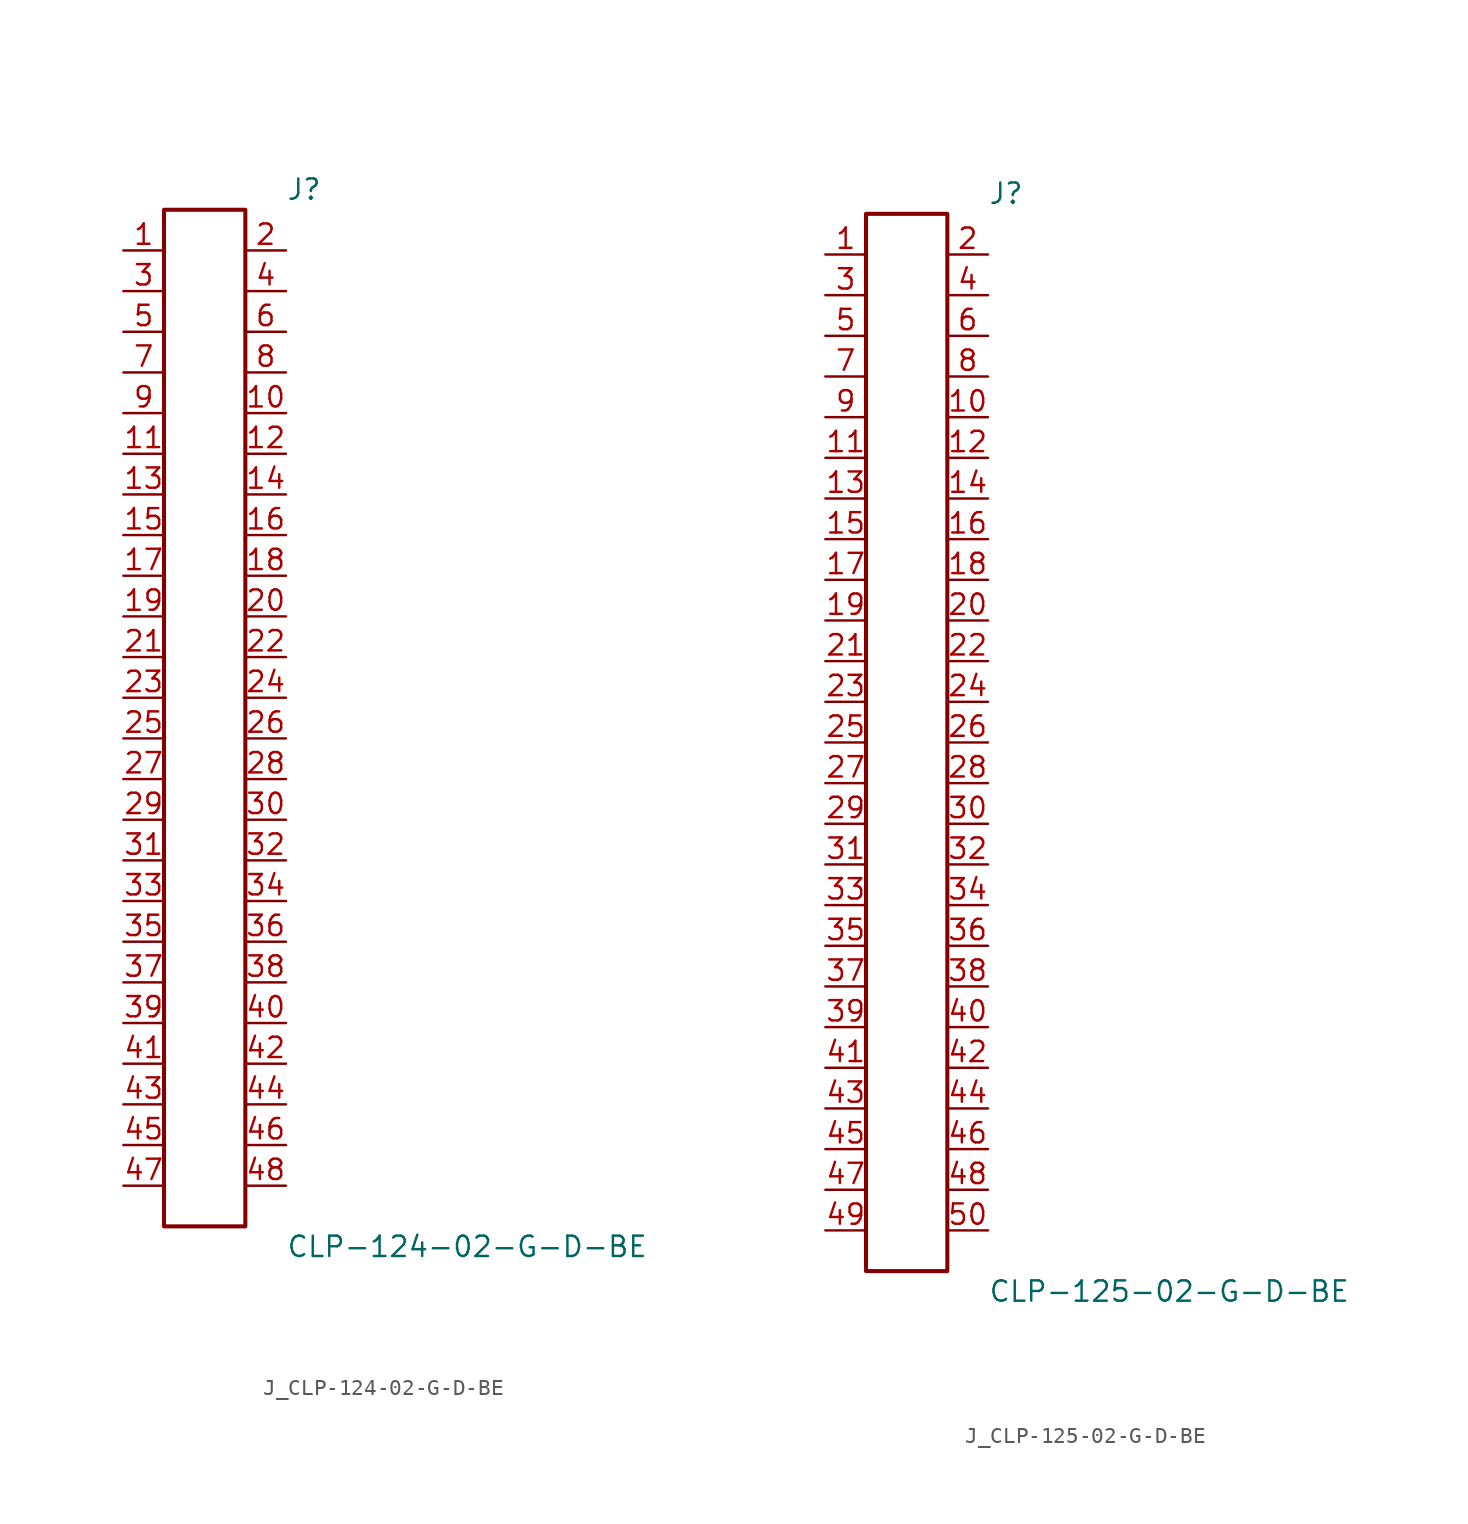
<source format=kicad_sym>
(kicad_symbol_lib
  (version 20231120)
  (generator kicad_symbol_editor)
  (generator_version 8.0)
  (symbol "J_CLP-124-02-G-D-BE"
    (pin_names
      (offset 0.254))
    (property "Reference" "J"
      (at 5.08 33.02 0)
      (effects (font (size 1.27 1.27)) (justify left)))
    (property "Value" "CLP-124-02-G-D-BE"
      (at 5.08 -33.02 0)
      (effects (font (size 1.27 1.27)) (justify left)))
    (symbol "J_CLP-124-02-G-D-BE_0_0"
      (pin passive line (at -5.08 29.21 0) (length 2.54) (name "" (effects (font (size 1.27 1.27)))) (number "1" (effects (font (size 1.27 1.27)))))
      (pin passive line (at 5.08 29.21 180) (length 2.54) (name "" (effects (font (size 1.27 1.27)))) (number "2" (effects (font (size 1.27 1.27)))))
      (pin passive line (at -5.08 26.67 0) (length 2.54) (name "" (effects (font (size 1.27 1.27)))) (number "3" (effects (font (size 1.27 1.27)))))
      (pin passive line (at 5.08 26.67 180) (length 2.54) (name "" (effects (font (size 1.27 1.27)))) (number "4" (effects (font (size 1.27 1.27)))))
      (pin passive line (at -5.08 24.13 0) (length 2.54) (name "" (effects (font (size 1.27 1.27)))) (number "5" (effects (font (size 1.27 1.27)))))
      (pin passive line (at 5.08 24.13 180) (length 2.54) (name "" (effects (font (size 1.27 1.27)))) (number "6" (effects (font (size 1.27 1.27)))))
      (pin passive line (at -5.08 21.59 0) (length 2.54) (name "" (effects (font (size 1.27 1.27)))) (number "7" (effects (font (size 1.27 1.27)))))
      (pin passive line (at 5.08 21.59 180) (length 2.54) (name "" (effects (font (size 1.27 1.27)))) (number "8" (effects (font (size 1.27 1.27)))))
      (pin passive line (at -5.08 19.05 0) (length 2.54) (name "" (effects (font (size 1.27 1.27)))) (number "9" (effects (font (size 1.27 1.27)))))
      (pin passive line (at 5.08 19.05 180) (length 2.54) (name "" (effects (font (size 1.27 1.27)))) (number "10" (effects (font (size 1.27 1.27)))))
      (pin passive line (at -5.08 16.51 0) (length 2.54) (name "" (effects (font (size 1.27 1.27)))) (number "11" (effects (font (size 1.27 1.27)))))
      (pin passive line (at 5.08 16.51 180) (length 2.54) (name "" (effects (font (size 1.27 1.27)))) (number "12" (effects (font (size 1.27 1.27)))))
      (pin passive line (at -5.08 13.97 0) (length 2.54) (name "" (effects (font (size 1.27 1.27)))) (number "13" (effects (font (size 1.27 1.27)))))
      (pin passive line (at 5.08 13.97 180) (length 2.54) (name "" (effects (font (size 1.27 1.27)))) (number "14" (effects (font (size 1.27 1.27)))))
      (pin passive line (at -5.08 11.43 0) (length 2.54) (name "" (effects (font (size 1.27 1.27)))) (number "15" (effects (font (size 1.27 1.27)))))
      (pin passive line (at 5.08 11.43 180) (length 2.54) (name "" (effects (font (size 1.27 1.27)))) (number "16" (effects (font (size 1.27 1.27)))))
      (pin passive line (at -5.08 8.89 0) (length 2.54) (name "" (effects (font (size 1.27 1.27)))) (number "17" (effects (font (size 1.27 1.27)))))
      (pin passive line (at 5.08 8.89 180) (length 2.54) (name "" (effects (font (size 1.27 1.27)))) (number "18" (effects (font (size 1.27 1.27)))))
      (pin passive line (at -5.08 6.35 0) (length 2.54) (name "" (effects (font (size 1.27 1.27)))) (number "19" (effects (font (size 1.27 1.27)))))
      (pin passive line (at 5.08 6.35 180) (length 2.54) (name "" (effects (font (size 1.27 1.27)))) (number "20" (effects (font (size 1.27 1.27)))))
      (pin passive line (at -5.08 3.81 0) (length 2.54) (name "" (effects (font (size 1.27 1.27)))) (number "21" (effects (font (size 1.27 1.27)))))
      (pin passive line (at 5.08 3.81 180) (length 2.54) (name "" (effects (font (size 1.27 1.27)))) (number "22" (effects (font (size 1.27 1.27)))))
      (pin passive line (at -5.08 1.27 0) (length 2.54) (name "" (effects (font (size 1.27 1.27)))) (number "23" (effects (font (size 1.27 1.27)))))
      (pin passive line (at 5.08 1.27 180) (length 2.54) (name "" (effects (font (size 1.27 1.27)))) (number "24" (effects (font (size 1.27 1.27)))))
      (pin passive line (at -5.08 -1.27 0) (length 2.54) (name "" (effects (font (size 1.27 1.27)))) (number "25" (effects (font (size 1.27 1.27)))))
      (pin passive line (at 5.08 -1.27 180) (length 2.54) (name "" (effects (font (size 1.27 1.27)))) (number "26" (effects (font (size 1.27 1.27)))))
      (pin passive line (at -5.08 -3.81 0) (length 2.54) (name "" (effects (font (size 1.27 1.27)))) (number "27" (effects (font (size 1.27 1.27)))))
      (pin passive line (at 5.08 -3.81 180) (length 2.54) (name "" (effects (font (size 1.27 1.27)))) (number "28" (effects (font (size 1.27 1.27)))))
      (pin passive line (at -5.08 -6.35 0) (length 2.54) (name "" (effects (font (size 1.27 1.27)))) (number "29" (effects (font (size 1.27 1.27)))))
      (pin passive line (at 5.08 -6.35 180) (length 2.54) (name "" (effects (font (size 1.27 1.27)))) (number "30" (effects (font (size 1.27 1.27)))))
      (pin passive line (at -5.08 -8.89 0) (length 2.54) (name "" (effects (font (size 1.27 1.27)))) (number "31" (effects (font (size 1.27 1.27)))))
      (pin passive line (at 5.08 -8.89 180) (length 2.54) (name "" (effects (font (size 1.27 1.27)))) (number "32" (effects (font (size 1.27 1.27)))))
      (pin passive line (at -5.08 -11.43 0) (length 2.54) (name "" (effects (font (size 1.27 1.27)))) (number "33" (effects (font (size 1.27 1.27)))))
      (pin passive line (at 5.08 -11.43 180) (length 2.54) (name "" (effects (font (size 1.27 1.27)))) (number "34" (effects (font (size 1.27 1.27)))))
      (pin passive line (at -5.08 -13.97 0) (length 2.54) (name "" (effects (font (size 1.27 1.27)))) (number "35" (effects (font (size 1.27 1.27)))))
      (pin passive line (at 5.08 -13.97 180) (length 2.54) (name "" (effects (font (size 1.27 1.27)))) (number "36" (effects (font (size 1.27 1.27)))))
      (pin passive line (at -5.08 -16.51 0) (length 2.54) (name "" (effects (font (size 1.27 1.27)))) (number "37" (effects (font (size 1.27 1.27)))))
      (pin passive line (at 5.08 -16.51 180) (length 2.54) (name "" (effects (font (size 1.27 1.27)))) (number "38" (effects (font (size 1.27 1.27)))))
      (pin passive line (at -5.08 -19.05 0) (length 2.54) (name "" (effects (font (size 1.27 1.27)))) (number "39" (effects (font (size 1.27 1.27)))))
      (pin passive line (at 5.08 -19.05 180) (length 2.54) (name "" (effects (font (size 1.27 1.27)))) (number "40" (effects (font (size 1.27 1.27)))))
      (pin passive line (at -5.08 -21.59 0) (length 2.54) (name "" (effects (font (size 1.27 1.27)))) (number "41" (effects (font (size 1.27 1.27)))))
      (pin passive line (at 5.08 -21.59 180) (length 2.54) (name "" (effects (font (size 1.27 1.27)))) (number "42" (effects (font (size 1.27 1.27)))))
      (pin passive line (at -5.08 -24.13 0) (length 2.54) (name "" (effects (font (size 1.27 1.27)))) (number "43" (effects (font (size 1.27 1.27)))))
      (pin passive line (at 5.08 -24.13 180) (length 2.54) (name "" (effects (font (size 1.27 1.27)))) (number "44" (effects (font (size 1.27 1.27)))))
      (pin passive line (at -5.08 -26.67 0) (length 2.54) (name "" (effects (font (size 1.27 1.27)))) (number "45" (effects (font (size 1.27 1.27)))))
      (pin passive line (at 5.08 -26.67 180) (length 2.54) (name "" (effects (font (size 1.27 1.27)))) (number "46" (effects (font (size 1.27 1.27)))))
      (pin passive line (at -5.08 -29.21 0) (length 2.54) (name "" (effects (font (size 1.27 1.27)))) (number "47" (effects (font (size 1.27 1.27)))))
      (pin passive line (at 5.08 -29.21 180) (length 2.54) (name "" (effects (font (size 1.27 1.27)))) (number "48" (effects (font (size 1.27 1.27))))))
    (symbol "J_CLP-124-02-G-D-BE_1_0"
      (rectangle (start -2.54 31.75) (end 2.54 -31.75) (stroke (width 0.254) (type solid)) (fill (type none)))))
  (symbol "J_CLP-125-02-G-D-BE"
    (pin_names
      (offset 0.254))
    (property "Reference" "J"
      (at 5.08 34.29 0)
      (effects (font (size 1.27 1.27)) (justify left)))
    (property "Value" "CLP-125-02-G-D-BE"
      (at 5.08 -34.29 0)
      (effects (font (size 1.27 1.27)) (justify left)))
    (symbol "J_CLP-125-02-G-D-BE_0_0"
      (pin passive line (at -5.08 30.48 0) (length 2.54) (name "" (effects (font (size 1.27 1.27)))) (number "1" (effects (font (size 1.27 1.27)))))
      (pin passive line (at 5.08 30.48 180) (length 2.54) (name "" (effects (font (size 1.27 1.27)))) (number "2" (effects (font (size 1.27 1.27)))))
      (pin passive line (at -5.08 27.94 0) (length 2.54) (name "" (effects (font (size 1.27 1.27)))) (number "3" (effects (font (size 1.27 1.27)))))
      (pin passive line (at 5.08 27.94 180) (length 2.54) (name "" (effects (font (size 1.27 1.27)))) (number "4" (effects (font (size 1.27 1.27)))))
      (pin passive line (at -5.08 25.4 0) (length 2.54) (name "" (effects (font (size 1.27 1.27)))) (number "5" (effects (font (size 1.27 1.27)))))
      (pin passive line (at 5.08 25.4 180) (length 2.54) (name "" (effects (font (size 1.27 1.27)))) (number "6" (effects (font (size 1.27 1.27)))))
      (pin passive line (at -5.08 22.86 0) (length 2.54) (name "" (effects (font (size 1.27 1.27)))) (number "7" (effects (font (size 1.27 1.27)))))
      (pin passive line (at 5.08 22.86 180) (length 2.54) (name "" (effects (font (size 1.27 1.27)))) (number "8" (effects (font (size 1.27 1.27)))))
      (pin passive line (at -5.08 20.32 0) (length 2.54) (name "" (effects (font (size 1.27 1.27)))) (number "9" (effects (font (size 1.27 1.27)))))
      (pin passive line (at 5.08 20.32 180) (length 2.54) (name "" (effects (font (size 1.27 1.27)))) (number "10" (effects (font (size 1.27 1.27)))))
      (pin passive line (at -5.08 17.78 0) (length 2.54) (name "" (effects (font (size 1.27 1.27)))) (number "11" (effects (font (size 1.27 1.27)))))
      (pin passive line (at 5.08 17.78 180) (length 2.54) (name "" (effects (font (size 1.27 1.27)))) (number "12" (effects (font (size 1.27 1.27)))))
      (pin passive line (at -5.08 15.24 0) (length 2.54) (name "" (effects (font (size 1.27 1.27)))) (number "13" (effects (font (size 1.27 1.27)))))
      (pin passive line (at 5.08 15.24 180) (length 2.54) (name "" (effects (font (size 1.27 1.27)))) (number "14" (effects (font (size 1.27 1.27)))))
      (pin passive line (at -5.08 12.7 0) (length 2.54) (name "" (effects (font (size 1.27 1.27)))) (number "15" (effects (font (size 1.27 1.27)))))
      (pin passive line (at 5.08 12.7 180) (length 2.54) (name "" (effects (font (size 1.27 1.27)))) (number "16" (effects (font (size 1.27 1.27)))))
      (pin passive line (at -5.08 10.16 0) (length 2.54) (name "" (effects (font (size 1.27 1.27)))) (number "17" (effects (font (size 1.27 1.27)))))
      (pin passive line (at 5.08 10.16 180) (length 2.54) (name "" (effects (font (size 1.27 1.27)))) (number "18" (effects (font (size 1.27 1.27)))))
      (pin passive line (at -5.08 7.62 0) (length 2.54) (name "" (effects (font (size 1.27 1.27)))) (number "19" (effects (font (size 1.27 1.27)))))
      (pin passive line (at 5.08 7.62 180) (length 2.54) (name "" (effects (font (size 1.27 1.27)))) (number "20" (effects (font (size 1.27 1.27)))))
      (pin passive line (at -5.08 5.08 0) (length 2.54) (name "" (effects (font (size 1.27 1.27)))) (number "21" (effects (font (size 1.27 1.27)))))
      (pin passive line (at 5.08 5.08 180) (length 2.54) (name "" (effects (font (size 1.27 1.27)))) (number "22" (effects (font (size 1.27 1.27)))))
      (pin passive line (at -5.08 2.54 0) (length 2.54) (name "" (effects (font (size 1.27 1.27)))) (number "23" (effects (font (size 1.27 1.27)))))
      (pin passive line (at 5.08 2.54 180) (length 2.54) (name "" (effects (font (size 1.27 1.27)))) (number "24" (effects (font (size 1.27 1.27)))))
      (pin passive line (at -5.08 0.0 0) (length 2.54) (name "" (effects (font (size 1.27 1.27)))) (number "25" (effects (font (size 1.27 1.27)))))
      (pin passive line (at 5.08 0.0 180) (length 2.54) (name "" (effects (font (size 1.27 1.27)))) (number "26" (effects (font (size 1.27 1.27)))))
      (pin passive line (at -5.08 -2.54 0) (length 2.54) (name "" (effects (font (size 1.27 1.27)))) (number "27" (effects (font (size 1.27 1.27)))))
      (pin passive line (at 5.08 -2.54 180) (length 2.54) (name "" (effects (font (size 1.27 1.27)))) (number "28" (effects (font (size 1.27 1.27)))))
      (pin passive line (at -5.08 -5.08 0) (length 2.54) (name "" (effects (font (size 1.27 1.27)))) (number "29" (effects (font (size 1.27 1.27)))))
      (pin passive line (at 5.08 -5.08 180) (length 2.54) (name "" (effects (font (size 1.27 1.27)))) (number "30" (effects (font (size 1.27 1.27)))))
      (pin passive line (at -5.08 -7.62 0) (length 2.54) (name "" (effects (font (size 1.27 1.27)))) (number "31" (effects (font (size 1.27 1.27)))))
      (pin passive line (at 5.08 -7.62 180) (length 2.54) (name "" (effects (font (size 1.27 1.27)))) (number "32" (effects (font (size 1.27 1.27)))))
      (pin passive line (at -5.08 -10.16 0) (length 2.54) (name "" (effects (font (size 1.27 1.27)))) (number "33" (effects (font (size 1.27 1.27)))))
      (pin passive line (at 5.08 -10.16 180) (length 2.54) (name "" (effects (font (size 1.27 1.27)))) (number "34" (effects (font (size 1.27 1.27)))))
      (pin passive line (at -5.08 -12.7 0) (length 2.54) (name "" (effects (font (size 1.27 1.27)))) (number "35" (effects (font (size 1.27 1.27)))))
      (pin passive line (at 5.08 -12.7 180) (length 2.54) (name "" (effects (font (size 1.27 1.27)))) (number "36" (effects (font (size 1.27 1.27)))))
      (pin passive line (at -5.08 -15.24 0) (length 2.54) (name "" (effects (font (size 1.27 1.27)))) (number "37" (effects (font (size 1.27 1.27)))))
      (pin passive line (at 5.08 -15.24 180) (length 2.54) (name "" (effects (font (size 1.27 1.27)))) (number "38" (effects (font (size 1.27 1.27)))))
      (pin passive line (at -5.08 -17.78 0) (length 2.54) (name "" (effects (font (size 1.27 1.27)))) (number "39" (effects (font (size 1.27 1.27)))))
      (pin passive line (at 5.08 -17.78 180) (length 2.54) (name "" (effects (font (size 1.27 1.27)))) (number "40" (effects (font (size 1.27 1.27)))))
      (pin passive line (at -5.08 -20.32 0) (length 2.54) (name "" (effects (font (size 1.27 1.27)))) (number "41" (effects (font (size 1.27 1.27)))))
      (pin passive line (at 5.08 -20.32 180) (length 2.54) (name "" (effects (font (size 1.27 1.27)))) (number "42" (effects (font (size 1.27 1.27)))))
      (pin passive line (at -5.08 -22.86 0) (length 2.54) (name "" (effects (font (size 1.27 1.27)))) (number "43" (effects (font (size 1.27 1.27)))))
      (pin passive line (at 5.08 -22.86 180) (length 2.54) (name "" (effects (font (size 1.27 1.27)))) (number "44" (effects (font (size 1.27 1.27)))))
      (pin passive line (at -5.08 -25.4 0) (length 2.54) (name "" (effects (font (size 1.27 1.27)))) (number "45" (effects (font (size 1.27 1.27)))))
      (pin passive line (at 5.08 -25.4 180) (length 2.54) (name "" (effects (font (size 1.27 1.27)))) (number "46" (effects (font (size 1.27 1.27)))))
      (pin passive line (at -5.08 -27.94 0) (length 2.54) (name "" (effects (font (size 1.27 1.27)))) (number "47" (effects (font (size 1.27 1.27)))))
      (pin passive line (at 5.08 -27.94 180) (length 2.54) (name "" (effects (font (size 1.27 1.27)))) (number "48" (effects (font (size 1.27 1.27)))))
      (pin passive line (at -5.08 -30.48 0) (length 2.54) (name "" (effects (font (size 1.27 1.27)))) (number "49" (effects (font (size 1.27 1.27)))))
      (pin passive line (at 5.08 -30.48 180) (length 2.54) (name "" (effects (font (size 1.27 1.27)))) (number "50" (effects (font (size 1.27 1.27))))))
    (symbol "J_CLP-125-02-G-D-BE_1_0"
      (rectangle (start -2.54 33.02) (end 2.54 -33.02) (stroke (width 0.254) (type solid)) (fill (type none))))))
</source>
